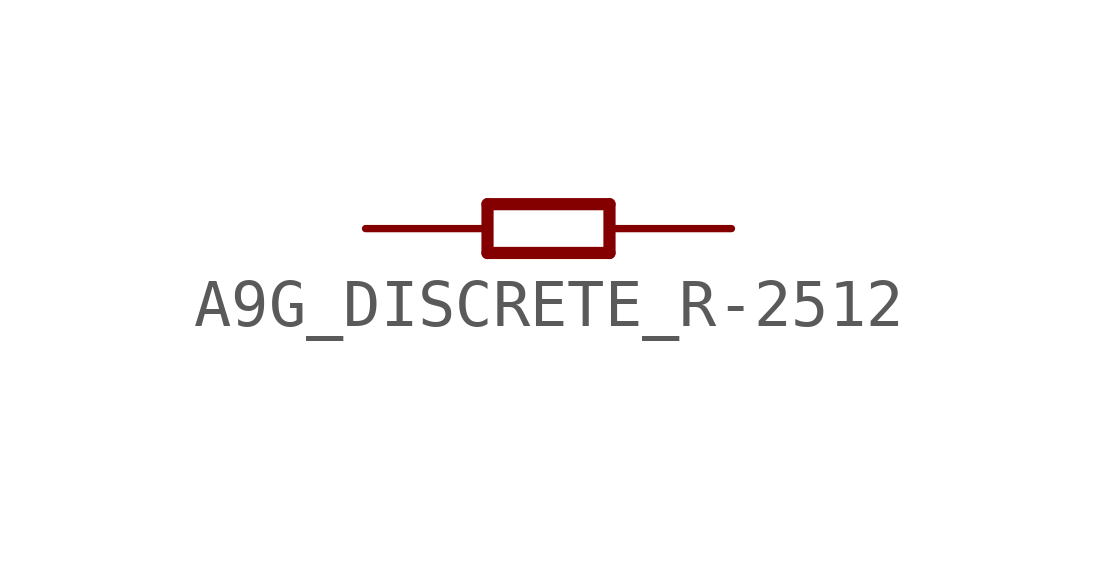
<source format=kicad_sym>
(kicad_symbol_lib
  (version 20231120)
  (generator "kicad_symbol_editor")
  (generator_version "8.0")
  (symbol "A9G_DISCRETE_R-2512"
    (property "Reference" "R"
      (at -3.81 0 0)
      (effects (font (size 1.27 1.079)) (justify left bottom) (hide yes)))
    (property "ki_locked" ""
      (at 0 0 0)
      (effects (font (size 1.27 1.27))))
    (symbol "A9G_DISCRETE_R-2512_1_0"
      (polyline (pts (xy -1.27 -0.508) (xy -1.27 0.508)) (stroke (width 0.254) (type solid)) (fill (type none)))
      (polyline (pts (xy -1.27 0.508) (xy 1.27 0.508)) (stroke (width 0.254) (type solid)) (fill (type none)))
      (polyline (pts (xy 1.27 -0.508) (xy -1.27 -0.508)) (stroke (width 0.254) (type solid)) (fill (type none)))
      (polyline (pts (xy 1.27 0.508) (xy 1.27 -0.508)) (stroke (width 0.254) (type solid)) (fill (type none)))
      (pin passive line (at -3.81 0 0) (length 2.54) (name "1" (effects (font (size 0 0)))) (number "1" (effects (font (size 0 0)))))
      (pin passive line (at 3.81 0 180) (length 2.54) (name "2" (effects (font (size 0 0)))) (number "2" (effects (font (size 0 0))))))))
</source>
